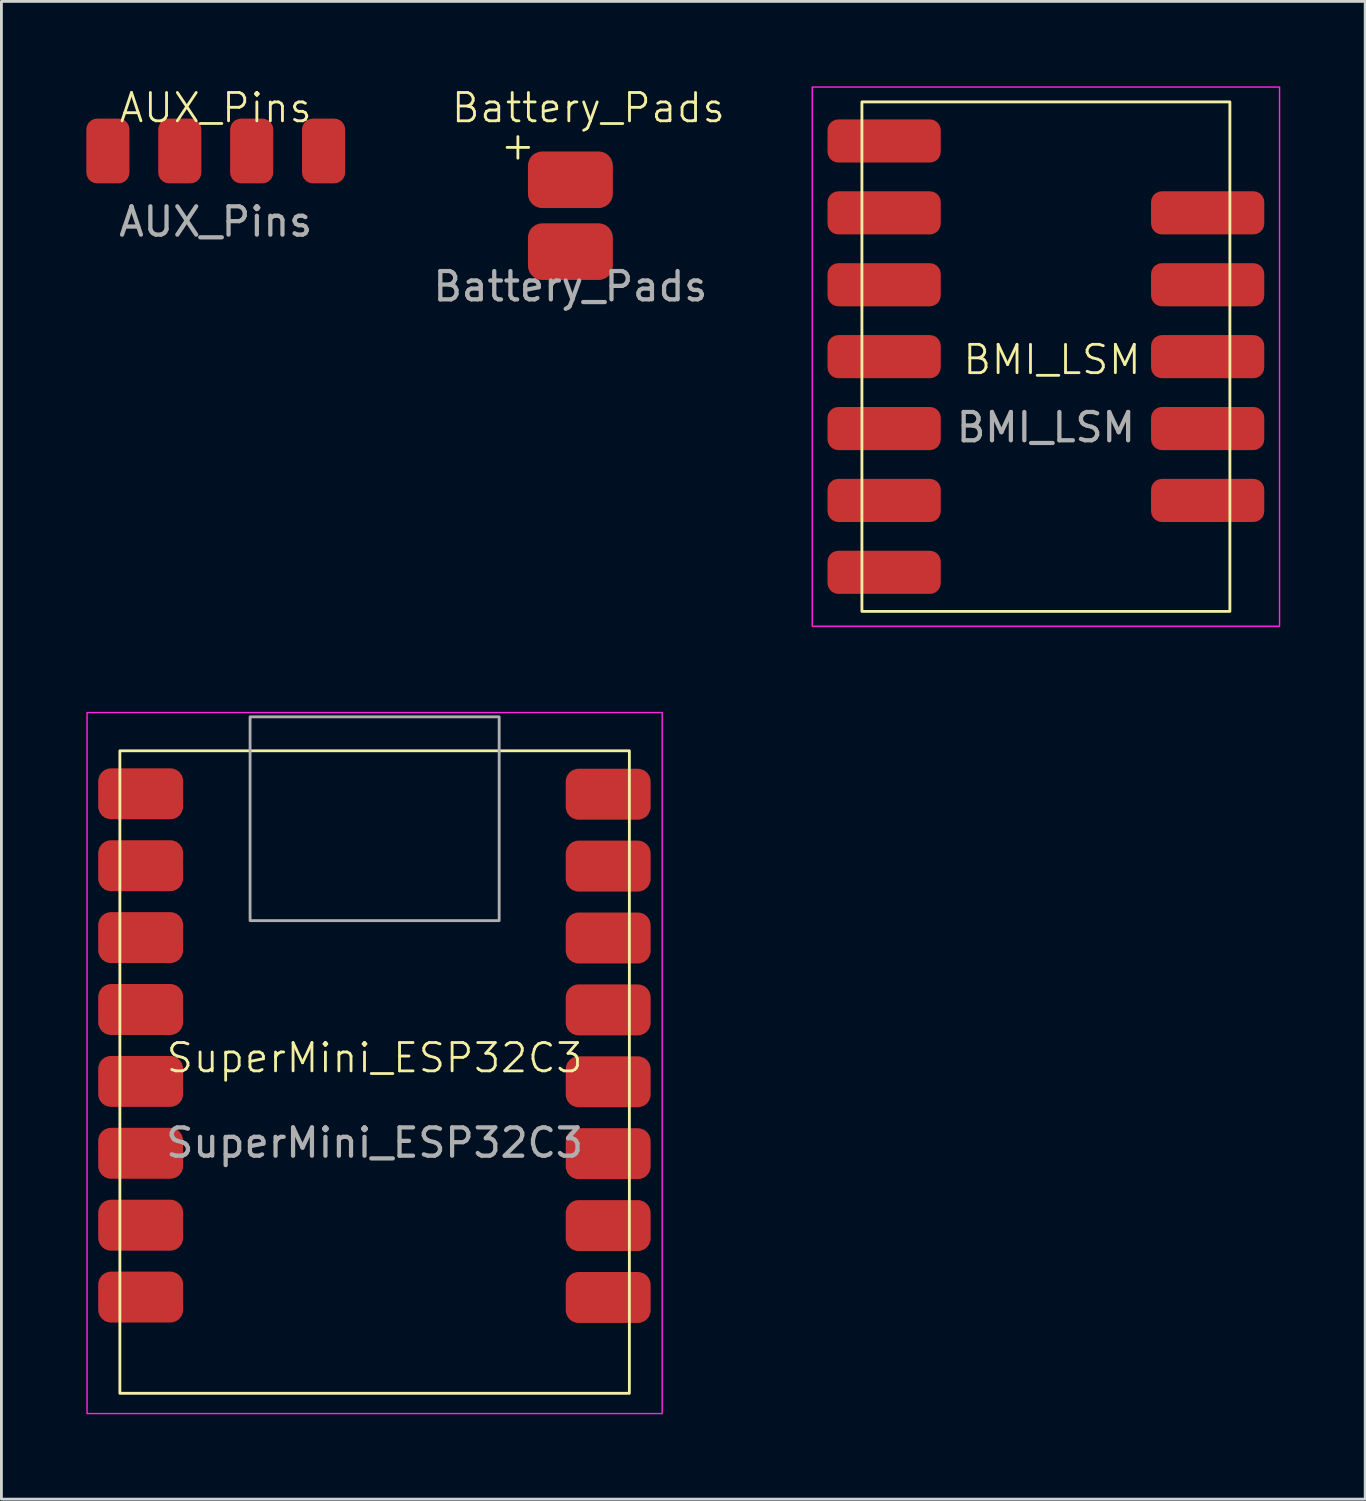
<source format=kicad_pcb>
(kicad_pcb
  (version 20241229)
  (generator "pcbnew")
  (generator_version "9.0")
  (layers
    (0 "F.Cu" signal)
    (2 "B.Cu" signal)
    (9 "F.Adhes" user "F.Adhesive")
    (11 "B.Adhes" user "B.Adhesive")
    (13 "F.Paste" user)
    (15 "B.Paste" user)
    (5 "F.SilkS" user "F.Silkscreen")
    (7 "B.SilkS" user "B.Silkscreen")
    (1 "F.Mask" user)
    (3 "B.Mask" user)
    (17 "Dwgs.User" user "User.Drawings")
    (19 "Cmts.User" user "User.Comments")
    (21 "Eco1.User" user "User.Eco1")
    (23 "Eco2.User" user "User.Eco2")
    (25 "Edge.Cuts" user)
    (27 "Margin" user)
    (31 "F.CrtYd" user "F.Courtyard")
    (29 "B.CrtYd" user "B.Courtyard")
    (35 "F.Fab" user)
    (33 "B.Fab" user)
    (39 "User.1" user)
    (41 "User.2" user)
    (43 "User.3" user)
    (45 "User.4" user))
  (footprint "BMI_LSM"
    (layer "F.Cu")
    (at 33.901 9.55)
    (property "Reference" "BMI_LSM" (at 0.217 0.108 0) (unlocked yes) (layer "F.SilkS") (effects (font (size 1 1) (thickness 0.1))))
    (attr smd)
    (fp_rect (start -6.5 -9) (end 6.5 9) (stroke (width 0.1) (type default)) (fill no) (layer "F.SilkS"))
    (fp_rect (start -8.255 -9.525) (end 8.255 9.525) (stroke (width 0.05) (type default)) (fill no) (layer "F.CrtYd"))
    (fp_text user "${REFERENCE}" (at 0 2.5 0) (unlocked yes) (layer "F.Fab") (effects (font (size 1 1) (thickness 0.15))))
    (pad "1" smd roundrect (at -5.715 -7.62) (size 4 1.524) (layers "F.Cu" "F.Mask" "F.Paste") (roundrect_rratio 0.25))
    (pad "2" smd roundrect (at -5.715 -5.08) (size 4 1.524) (layers "F.Cu" "F.Mask" "F.Paste") (roundrect_rratio 0.25))
    (pad "3" smd roundrect (at -5.715 -2.54) (size 4 1.524) (layers "F.Cu" "F.Mask" "F.Paste") (roundrect_rratio 0.25))
    (pad "4" smd roundrect (at -5.715 0) (size 4 1.524) (layers "F.Cu" "F.Mask" "F.Paste") (roundrect_rratio 0.25))
    (pad "5" smd roundrect (at -5.715 2.54) (size 4 1.524) (layers "F.Cu" "F.Mask" "F.Paste") (roundrect_rratio 0.25))
    (pad "6" smd roundrect (at -5.715 5.08) (size 4 1.524) (layers "F.Cu" "F.Mask" "F.Paste") (roundrect_rratio 0.25))
    (pad "7" smd roundrect (at -5.715 7.62) (size 4 1.524) (layers "F.Cu" "F.Mask" "F.Paste") (roundrect_rratio 0.25))
    (pad "8" smd roundrect (at 5.715 -5.08) (size 4 1.524) (layers "F.Cu" "F.Mask" "F.Paste") (roundrect_rratio 0.25))
    (pad "9" smd roundrect (at 5.715 -2.54) (size 4 1.524) (layers "F.Cu" "F.Mask" "F.Paste") (roundrect_rratio 0.25))
    (pad "10" smd roundrect (at 5.715 0) (size 4 1.524) (layers "F.Cu" "F.Mask" "F.Paste") (roundrect_rratio 0.25))
    (pad "11" smd roundrect (at 5.715 2.54) (size 4 1.524) (layers "F.Cu" "F.Mask" "F.Paste") (roundrect_rratio 0.25))
    (pad "12" smd roundrect (at 5.715 5.08) (size 4 1.524) (layers "F.Cu" "F.Mask" "F.Paste") (roundrect_rratio 0.25)))
  (footprint "Battery_Pads"
    (layer "F.Cu")
    (at 17.102 4.571)
    (property "Reference" "Battery_Pads" (at 0.635 -3.81 0) (unlocked yes) (layer "F.SilkS") (effects (font (size 1 1) (thickness 0.1))))
    (attr smd)
    (fp_text user "+" (at -2.54 -1.905 0) (unlocked yes) (layer "F.SilkS") (effects (font (size 1 1) (thickness 0.1)) (justify left bottom)))
    (fp_text user "${REFERENCE}" (at 0 2.5 0) (unlocked yes) (layer "F.Fab") (effects (font (size 1 1) (thickness 0.15))))
    (pad "1" smd roundrect (at 0 -1.27) (size 3 2) (layers "F.Cu" "F.Mask" "F.Paste") (roundrect_rratio 0.25))
    (pad "2" smd roundrect (at 0 1.27) (size 3 2) (layers "F.Cu" "F.Mask" "F.Paste") (roundrect_rratio 0.25)))
  (footprint "SuperMini_ESP32C3"
    (layer "F.Cu")
    (at 10.185 34.825)
    (property "Reference" "SuperMini_ESP32C3" (at 0 -0.5 0) (unlocked yes) (layer "F.SilkS") (effects (font (size 1 1) (thickness 0.1))))
    (attr smd)
    (fp_rect (start -9 -11.35) (end 9 11.35) (stroke (width 0.1) (type default)) (fill no) (layer "F.SilkS"))
    (fp_rect (start -10.16 -12.7) (end 10.16 12.065) (stroke (width 0.05) (type default)) (fill no) (layer "F.CrtYd"))
    (fp_rect (start -4.4 -12.55) (end 4.4 -5.35) (stroke (width 0.1) (type default)) (fill no) (layer "F.Fab"))
    (fp_text user "${REFERENCE}" (at 0 2.5 0) (unlocked yes) (layer "F.Fab") (effects (font (size 1 1) (thickness 0.15))))
    (pad "1" smd roundrect (at 8.252 7.964) (size 3 1.8) (layers "F.Cu" "F.Mask" "F.Paste") (roundrect_rratio 0.25))
    (pad "2" smd roundrect (at 8.252 5.424) (size 3 1.8) (layers "F.Cu" "F.Mask" "F.Paste") (roundrect_rratio 0.25))
    (pad "3" smd roundrect (at 8.252 2.884) (size 3 1.8) (layers "F.Cu" "F.Mask" "F.Paste") (roundrect_rratio 0.25))
    (pad "4" smd roundrect (at 8.252 0.344) (size 3 1.8) (layers "F.Cu" "F.Mask" "F.Paste") (roundrect_rratio 0.25))
    (pad "5" smd roundrect (at 8.252 -2.196) (size 3 1.8) (layers "F.Cu" "F.Mask" "F.Paste") (roundrect_rratio 0.25))
    (pad "6" smd roundrect (at 8.252 -4.736) (size 3 1.8) (layers "F.Cu" "F.Mask" "F.Paste") (roundrect_rratio 0.25))
    (pad "7" smd roundrect (at 8.252 -7.276) (size 3 1.8) (layers "F.Cu" "F.Mask" "F.Paste") (roundrect_rratio 0.25))
    (pad "8" smd roundrect (at 8.252 -9.816) (size 3 1.8) (layers "F.Cu" "F.Mask" "F.Paste") (roundrect_rratio 0.25))
    (pad "9" smd roundrect (at -8.265 -9.83) (size 3 1.8) (layers "F.Cu" "F.Mask" "F.Paste") (roundrect_rratio 0.25))
    (pad "10" smd roundrect (at -8.265 -7.29) (size 3 1.8) (layers "F.Cu" "F.Mask" "F.Paste") (roundrect_rratio 0.25))
    (pad "11" smd roundrect (at -8.265 -4.75) (size 3 1.8) (layers "F.Cu" "F.Mask" "F.Paste") (roundrect_rratio 0.25))
    (pad "12" smd roundrect (at -8.265 -2.21) (size 3 1.8) (layers "F.Cu" "F.Mask" "F.Paste") (roundrect_rratio 0.25))
    (pad "13" smd roundrect (at -8.265 0.33) (size 3 1.8) (layers "F.Cu" "F.Mask" "F.Paste") (roundrect_rratio 0.25))
    (pad "14" smd roundrect (at -8.265 2.87) (size 3 1.8) (layers "F.Cu" "F.Mask" "F.Paste") (roundrect_rratio 0.25))
    (pad "15" smd roundrect (at -8.265 5.41) (size 3 1.8) (layers "F.Cu" "F.Mask" "F.Paste") (roundrect_rratio 0.25))
    (pad "16" smd roundrect (at -8.265 7.95) (size 3 1.8) (layers "F.Cu" "F.Mask" "F.Paste") (roundrect_rratio 0.25)))
  (footprint "AUX_Pins"
    (layer "F.Cu")
    (at 4.572 2.284)
    (property "Reference" "AUX_Pins" (at 0 -1.524 0) (unlocked yes) (layer "F.SilkS") (effects (font (size 1 1) (thickness 0.1))))
    (attr smd)
    (fp_text user "${REFERENCE}" (at 0 2.5 0) (unlocked yes) (layer "F.Fab") (effects (font (size 1 1) (thickness 0.15))))
    (pad "1" smd roundrect (at -3.81 0 90) (size 2.286 1.524) (layers "F.Cu" "F.Mask" "F.Paste") (roundrect_rratio 0.25))
    (pad "2" smd roundrect (at -1.27 0 90) (size 2.286 1.524) (layers "F.Cu" "F.Mask" "F.Paste") (roundrect_rratio 0.25))
    (pad "3" smd roundrect (at 1.27 0 90) (size 2.286 1.524) (layers "F.Cu" "F.Mask" "F.Paste") (roundrect_rratio 0.25))
    (pad "4" smd roundrect (at 3.81 0 90) (size 2.286 1.524) (layers "F.Cu" "F.Mask" "F.Paste") (roundrect_rratio 0.25)))
  (gr_rect
    (start -3 -3)
    (end 45.181 49.915)
    (stroke (width 0.1) (type default))
    (fill no)
    (layer "Edge.Cuts")))
</source>
